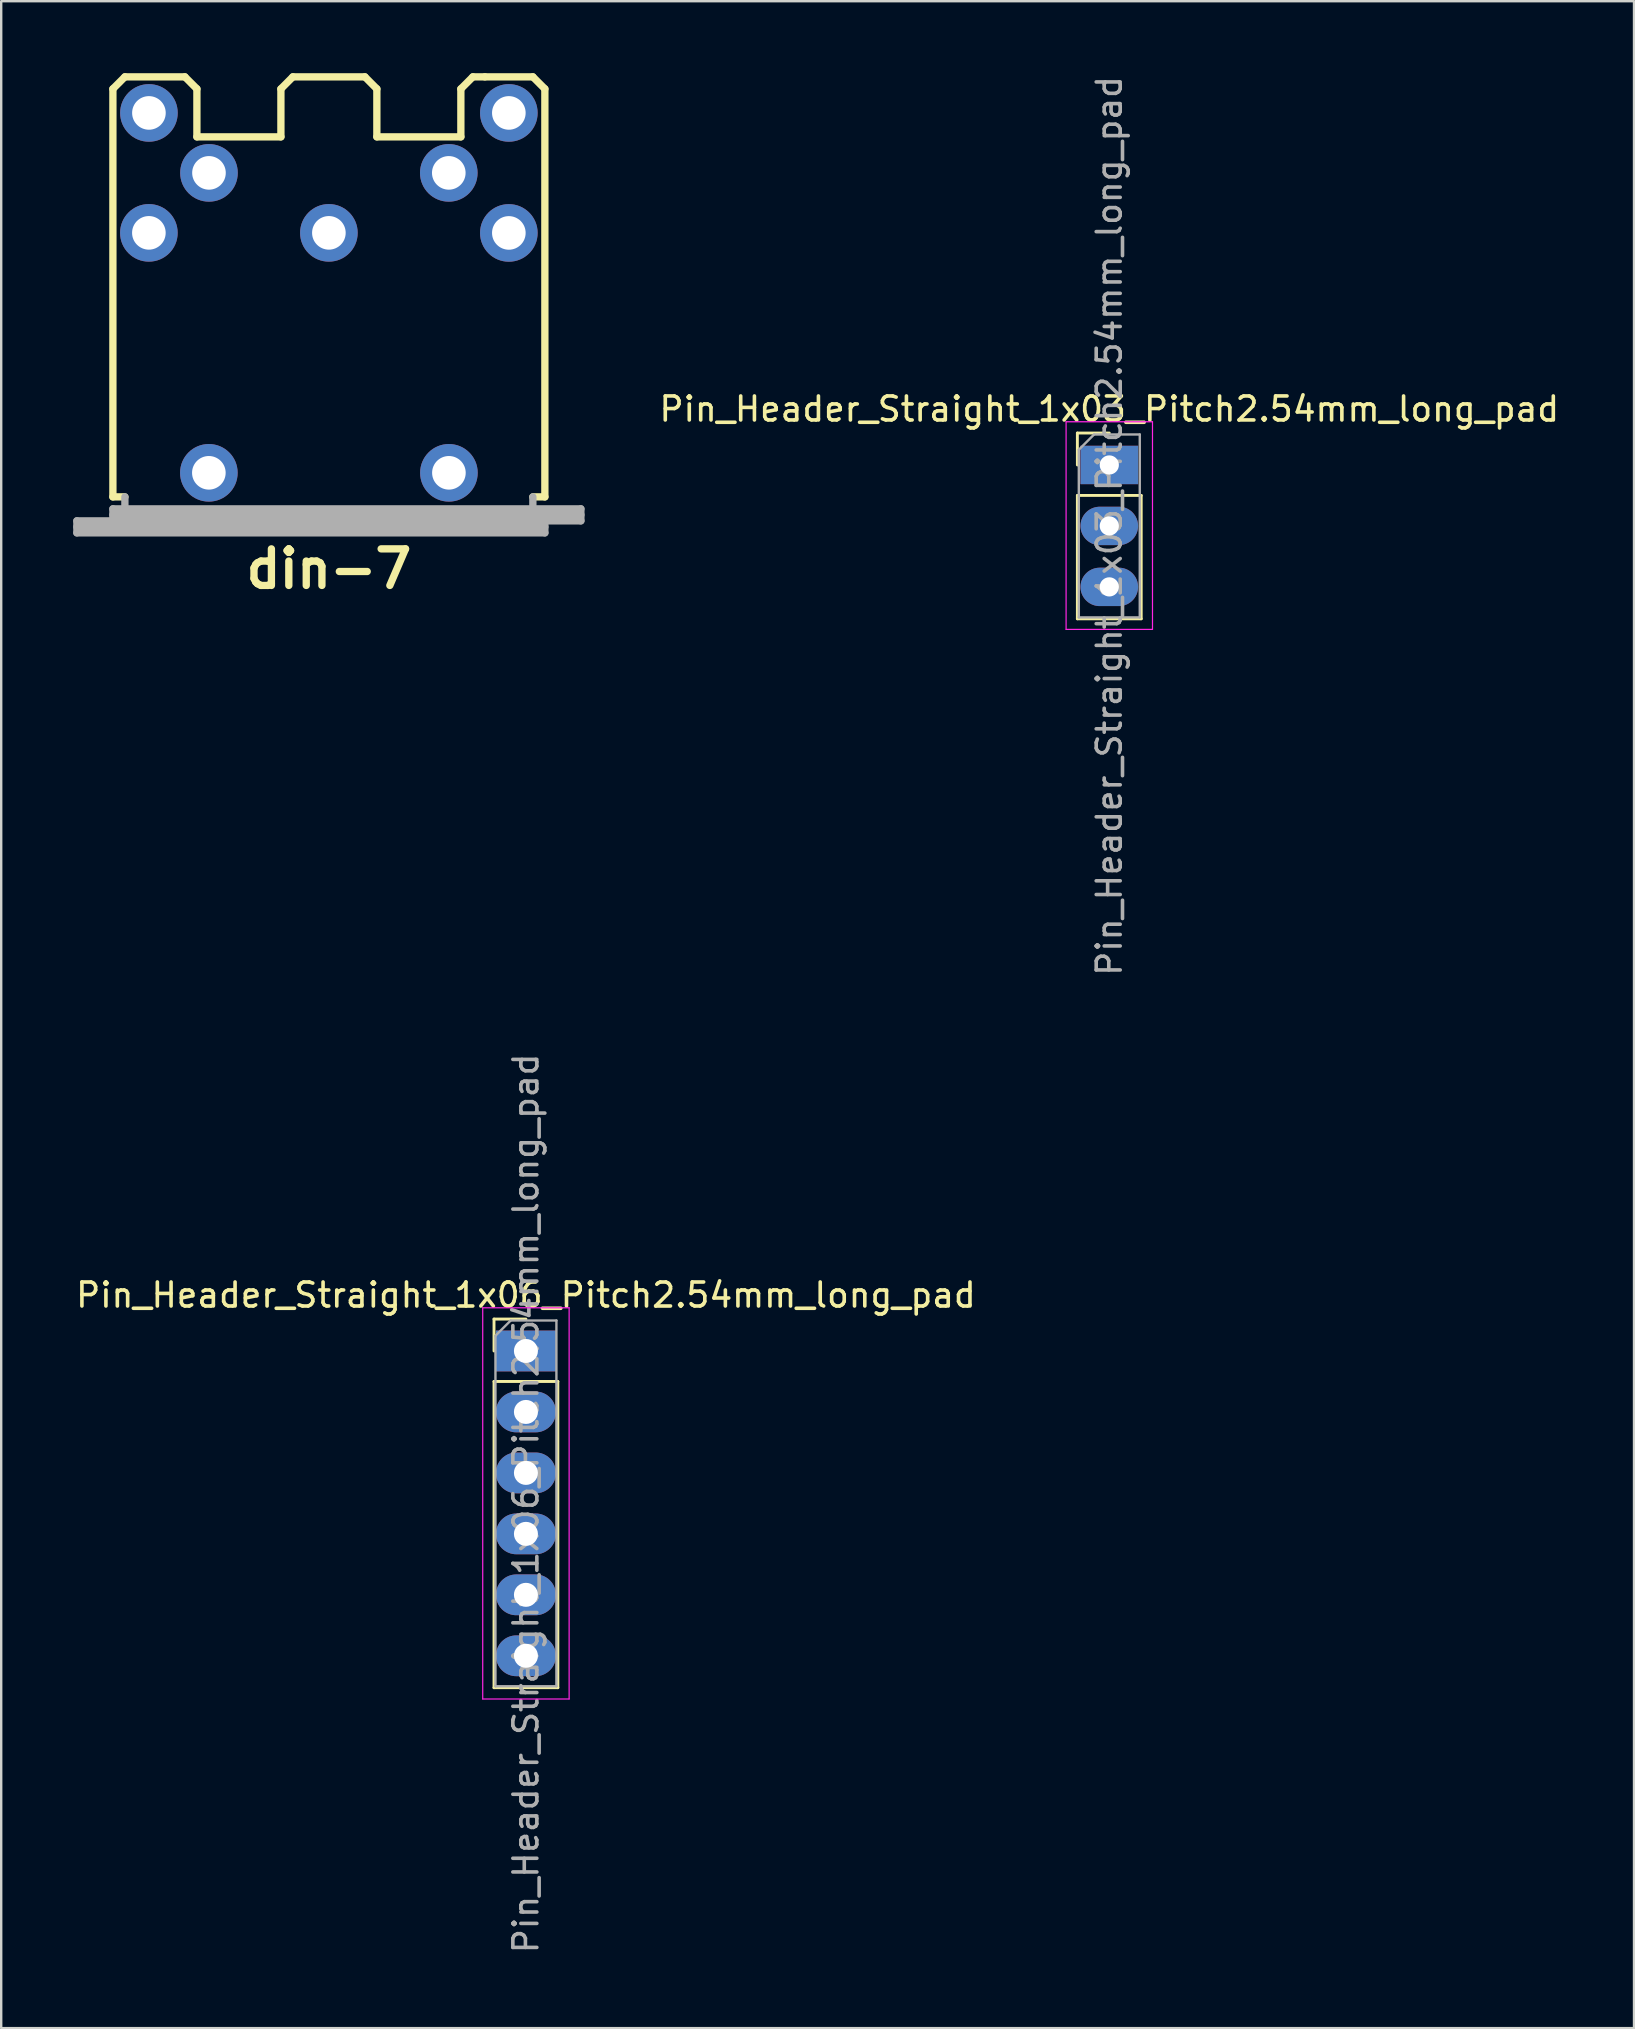
<source format=kicad_pcb>
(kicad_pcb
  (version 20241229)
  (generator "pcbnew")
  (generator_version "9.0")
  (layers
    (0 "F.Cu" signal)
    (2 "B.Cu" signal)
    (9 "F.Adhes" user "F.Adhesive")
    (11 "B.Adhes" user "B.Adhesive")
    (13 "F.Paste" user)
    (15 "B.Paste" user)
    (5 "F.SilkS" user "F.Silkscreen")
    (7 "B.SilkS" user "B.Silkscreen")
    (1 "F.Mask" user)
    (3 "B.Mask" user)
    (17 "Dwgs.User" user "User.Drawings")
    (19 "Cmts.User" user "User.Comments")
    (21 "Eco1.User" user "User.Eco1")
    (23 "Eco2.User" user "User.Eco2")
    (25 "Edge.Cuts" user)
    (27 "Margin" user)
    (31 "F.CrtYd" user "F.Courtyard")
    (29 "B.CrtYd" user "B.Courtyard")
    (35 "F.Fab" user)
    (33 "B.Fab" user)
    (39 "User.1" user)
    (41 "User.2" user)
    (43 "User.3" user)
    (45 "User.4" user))
  (footprint "Pin_Header_Straight_1x06_Pitch2.54mm_long_pad"
    (layer "F.Cu")
    (at 18.863 53.239)
    (property "Reference" "Pin_Header_Straight_1x06_Pitch2.54mm_long_pad" (at 0 -2.33 0) (layer "F.SilkS") (effects (font (size 1 1) (thickness 0.15))))
    (attr through_hole)
    (fp_line (start -1.33 -1.33) (end 0 -1.33) (stroke (width 0.12) (type solid)) (layer "F.SilkS"))
    (fp_line (start -1.33 0) (end -1.33 -1.33) (stroke (width 0.12) (type solid)) (layer "F.SilkS"))
    (fp_line (start -1.33 1.27) (end -1.33 14.03) (stroke (width 0.12) (type solid)) (layer "F.SilkS"))
    (fp_line (start -1.33 1.27) (end 1.33 1.27) (stroke (width 0.12) (type solid)) (layer "F.SilkS"))
    (fp_line (start -1.33 14.03) (end 1.33 14.03) (stroke (width 0.12) (type solid)) (layer "F.SilkS"))
    (fp_line (start 1.33 1.27) (end 1.33 14.03) (stroke (width 0.12) (type solid)) (layer "F.SilkS"))
    (fp_line (start -1.8 -1.8) (end -1.8 14.5) (stroke (width 0.05) (type solid)) (layer "F.CrtYd"))
    (fp_line (start -1.8 14.5) (end 1.8 14.5) (stroke (width 0.05) (type solid)) (layer "F.CrtYd"))
    (fp_line (start 1.8 -1.8) (end -1.8 -1.8) (stroke (width 0.05) (type solid)) (layer "F.CrtYd"))
    (fp_line (start 1.8 14.5) (end 1.8 -1.8) (stroke (width 0.05) (type solid)) (layer "F.CrtYd"))
    (fp_line (start -1.27 -0.635) (end -0.635 -1.27) (stroke (width 0.1) (type solid)) (layer "F.Fab"))
    (fp_line (start -1.27 13.97) (end -1.27 -0.635) (stroke (width 0.1) (type solid)) (layer "F.Fab"))
    (fp_line (start -0.635 -1.27) (end 1.27 -1.27) (stroke (width 0.1) (type solid)) (layer "F.Fab"))
    (fp_line (start 1.27 -1.27) (end 1.27 13.97) (stroke (width 0.1) (type solid)) (layer "F.Fab"))
    (fp_line (start 1.27 13.97) (end -1.27 13.97) (stroke (width 0.1) (type solid)) (layer "F.Fab"))
    (fp_text user "${REFERENCE}" (at 0 6.35 90) (layer "F.Fab") (effects (font (size 1 1) (thickness 0.15))))
    (pad "1" thru_hole rect (at 0 0) (size 2.5 1.7) (drill 1) (layers "*.Cu" "*.Mask"))
    (pad "2" thru_hole oval (at 0 2.54) (size 2.5 1.7) (drill 1) (layers "*.Cu" "*.Mask"))
    (pad "3" thru_hole oval (at 0 5.08) (size 2.5 1.7) (drill 1) (layers "*.Cu" "*.Mask"))
    (pad "4" thru_hole oval (at 0 7.62) (size 2.5 1.7) (drill 1) (layers "*.Cu" "*.Mask"))
    (pad "5" thru_hole oval (at 0 10.16) (size 2.5 1.7) (drill 1) (layers "*.Cu" "*.Mask"))
    (pad "6" thru_hole oval (at 0 12.7) (size 2.5 1.7) (drill 1) (layers "*.Cu" "*.Mask")))
  (footprint "din-7"
    (layer "F.Cu")
    (at 10.653 9.652)
    (property "Reference" "din-7" (at 0 11.001 0) (layer "F.SilkS") (effects (font (size 1.524 1.524) (thickness 0.305))))
    (attr through_hole)
    (fp_line (start -8.999 -8.999) (end -8.999 8.001) (stroke (width 0.305) (type solid)) (layer "F.SilkS"))
    (fp_line (start -8.999 -8.999) (end -8.499 -9.5) (stroke (width 0.305) (type solid)) (layer "F.SilkS"))
    (fp_line (start -8.999 8.001) (end -8.499 8.001) (stroke (width 0.305) (type solid)) (layer "F.SilkS"))
    (fp_line (start -8.499 -9.5) (end -5.999 -9.5) (stroke (width 0.305) (type solid)) (layer "F.SilkS"))
    (fp_line (start -5.999 -9.5) (end -5.499 -8.999) (stroke (width 0.305) (type solid)) (layer "F.SilkS"))
    (fp_line (start -5.499 -8.999) (end -5.499 -7) (stroke (width 0.305) (type solid)) (layer "F.SilkS"))
    (fp_line (start -5.499 -7) (end -1.999 -7) (stroke (width 0.305) (type solid)) (layer "F.SilkS"))
    (fp_line (start -1.999 -8.999) (end -1.999 -7) (stroke (width 0.305) (type solid)) (layer "F.SilkS"))
    (fp_line (start -1.501 -9.5) (end -1.999 -8.999) (stroke (width 0.305) (type solid)) (layer "F.SilkS"))
    (fp_line (start -1.501 -9.5) (end 1.501 -9.5) (stroke (width 0.305) (type solid)) (layer "F.SilkS"))
    (fp_line (start 1.501 -9.5) (end 1.999 -8.999) (stroke (width 0.305) (type solid)) (layer "F.SilkS"))
    (fp_line (start 1.999 -8.999) (end 1.999 -7) (stroke (width 0.305) (type solid)) (layer "F.SilkS"))
    (fp_line (start 5.499 -8.999) (end 5.499 -7) (stroke (width 0.305) (type solid)) (layer "F.SilkS"))
    (fp_line (start 5.499 -7) (end 1.999 -7) (stroke (width 0.305) (type solid)) (layer "F.SilkS"))
    (fp_line (start 5.999 -9.5) (end 5.499 -8.999) (stroke (width 0.305) (type solid)) (layer "F.SilkS"))
    (fp_line (start 6.5 -9.5) (end 5.999 -9.5) (stroke (width 0.305) (type solid)) (layer "F.SilkS"))
    (fp_line (start 8.499 -9.5) (end 6.5 -9.5) (stroke (width 0.305) (type solid)) (layer "F.SilkS"))
    (fp_line (start 8.999 -8.999) (end 8.499 -9.5) (stroke (width 0.305) (type solid)) (layer "F.SilkS"))
    (fp_line (start 8.999 -8.999) (end 8.999 8.001) (stroke (width 0.305) (type solid)) (layer "F.SilkS"))
    (fp_line (start 8.999 8.001) (end 8.499 8.001) (stroke (width 0.305) (type solid)) (layer "F.SilkS"))
    (fp_line (start -10.5 8.999) (end -8.999 8.999) (stroke (width 0.305) (type solid)) (layer "F.Fab"))
    (fp_line (start -10.5 9.251) (end 8.999 9.251) (stroke (width 0.305) (type solid)) (layer "F.Fab"))
    (fp_line (start -10.5 9.5) (end -10.5 8.999) (stroke (width 0.305) (type solid)) (layer "F.Fab"))
    (fp_line (start -8.999 8.499) (end 10.5 8.499) (stroke (width 0.305) (type solid)) (layer "F.Fab"))
    (fp_line (start -8.999 8.75) (end 10.5 8.75) (stroke (width 0.305) (type solid)) (layer "F.Fab"))
    (fp_line (start -8.999 8.999) (end -8.999 8.499) (stroke (width 0.305) (type solid)) (layer "F.Fab"))
    (fp_line (start -8.499 8.001) (end -8.499 8.499) (stroke (width 0.305) (type solid)) (layer "F.Fab"))
    (fp_line (start 8.499 8.499) (end 8.499 8.001) (stroke (width 0.305) (type solid)) (layer "F.Fab"))
    (fp_line (start 8.999 8.999) (end -8.999 8.999) (stroke (width 0.305) (type solid)) (layer "F.Fab"))
    (fp_line (start 8.999 8.999) (end 8.999 9.5) (stroke (width 0.305) (type solid)) (layer "F.Fab"))
    (fp_line (start 8.999 9.5) (end -10.5 9.5) (stroke (width 0.305) (type solid)) (layer "F.Fab"))
    (fp_line (start 10.5 8.499) (end 10.5 8.999) (stroke (width 0.305) (type solid)) (layer "F.Fab"))
    (fp_line (start 10.5 8.999) (end 8.999 8.999) (stroke (width 0.305) (type solid)) (layer "F.Fab"))
    (pad "" thru_hole circle (at -5.001 6.998) (size 2.4 2.4) (drill 1.4) (layers "*.Cu" "*.Mask"))
    (pad "" thru_hole circle (at 5.001 6.998) (size 2.4 2.4) (drill 1.4) (layers "*.Cu" "*.Mask"))
    (pad "1" thru_hole circle (at 7.498 -2.997) (size 2.4 2.4) (drill 1.4) (layers "*.Cu" "*.Mask"))
    (pad "2" thru_hole circle (at 0 -3) (size 2.4 2.4) (drill 1.4) (layers "*.Cu" "*.Mask"))
    (pad "3" thru_hole circle (at -7.5 -3) (size 2.4 2.4) (drill 1.4) (layers "*.Cu" "*.Mask"))
    (pad "4" thru_hole circle (at 4.996 -5.499) (size 2.4 2.4) (drill 1.4) (layers "*.Cu" "*.Mask"))
    (pad "5" thru_hole circle (at -4.996 -5.499) (size 2.4 2.4) (drill 1.4) (layers "*.Cu" "*.Mask"))
    (pad "6" thru_hole circle (at 7.498 -7.997) (size 2.4 2.4) (drill 1.4) (layers "*.Cu" "*.Mask"))
    (pad "7" thru_hole circle (at -7.498 -7.997) (size 2.4 2.4) (drill 1.4) (layers "*.Cu" "*.Mask")))
  (footprint "Pin_Header_Straight_1x03_Pitch2.54mm_long_pad"
    (layer "F.Cu")
    (at 43.169 16.323)
    (property "Reference" "Pin_Header_Straight_1x03_Pitch2.54mm_long_pad" (at 0 -2.33 0) (layer "F.SilkS") (effects (font (size 1 1) (thickness 0.15))))
    (attr through_hole)
    (fp_line (start -1.33 -1.33) (end 0 -1.33) (stroke (width 0.12) (type solid)) (layer "F.SilkS"))
    (fp_line (start -1.33 0) (end -1.33 -1.33) (stroke (width 0.12) (type solid)) (layer "F.SilkS"))
    (fp_line (start -1.33 1.27) (end -1.33 6.41) (stroke (width 0.12) (type solid)) (layer "F.SilkS"))
    (fp_line (start -1.33 1.27) (end 1.33 1.27) (stroke (width 0.12) (type solid)) (layer "F.SilkS"))
    (fp_line (start -1.33 6.41) (end 1.33 6.41) (stroke (width 0.12) (type solid)) (layer "F.SilkS"))
    (fp_line (start 1.33 1.27) (end 1.33 6.41) (stroke (width 0.12) (type solid)) (layer "F.SilkS"))
    (fp_line (start -1.8 -1.8) (end -1.8 6.85) (stroke (width 0.05) (type solid)) (layer "F.CrtYd"))
    (fp_line (start -1.8 6.85) (end 1.8 6.85) (stroke (width 0.05) (type solid)) (layer "F.CrtYd"))
    (fp_line (start 1.8 -1.8) (end -1.8 -1.8) (stroke (width 0.05) (type solid)) (layer "F.CrtYd"))
    (fp_line (start 1.8 6.85) (end 1.8 -1.8) (stroke (width 0.05) (type solid)) (layer "F.CrtYd"))
    (fp_line (start -1.27 -0.635) (end -0.635 -1.27) (stroke (width 0.1) (type solid)) (layer "F.Fab"))
    (fp_line (start -1.27 6.35) (end -1.27 -0.635) (stroke (width 0.1) (type solid)) (layer "F.Fab"))
    (fp_line (start -0.635 -1.27) (end 1.27 -1.27) (stroke (width 0.1) (type solid)) (layer "F.Fab"))
    (fp_line (start 1.27 -1.27) (end 1.27 6.35) (stroke (width 0.1) (type solid)) (layer "F.Fab"))
    (fp_line (start 1.27 6.35) (end -1.27 6.35) (stroke (width 0.1) (type solid)) (layer "F.Fab"))
    (fp_text user "${REFERENCE}" (at 0 2.54 90) (layer "F.Fab") (effects (font (size 1 1) (thickness 0.15))))
    (pad "1" thru_hole rect (at 0 0) (size 2.4 1.6) (drill 0.8) (layers "*.Cu" "*.Mask"))
    (pad "2" thru_hole oval (at 0 2.54) (size 2.4 1.6) (drill 0.8) (layers "*.Cu" "*.Mask"))
    (pad "3" thru_hole oval (at 0 5.08) (size 2.4 1.6) (drill 0.8) (layers "*.Cu" "*.Mask")))
  (gr_rect
    (start -3 -3)
    (end 65.032 81.452)
    (stroke (width 0.1) (type default))
    (fill no)
    (layer "Edge.Cuts")))
</source>
